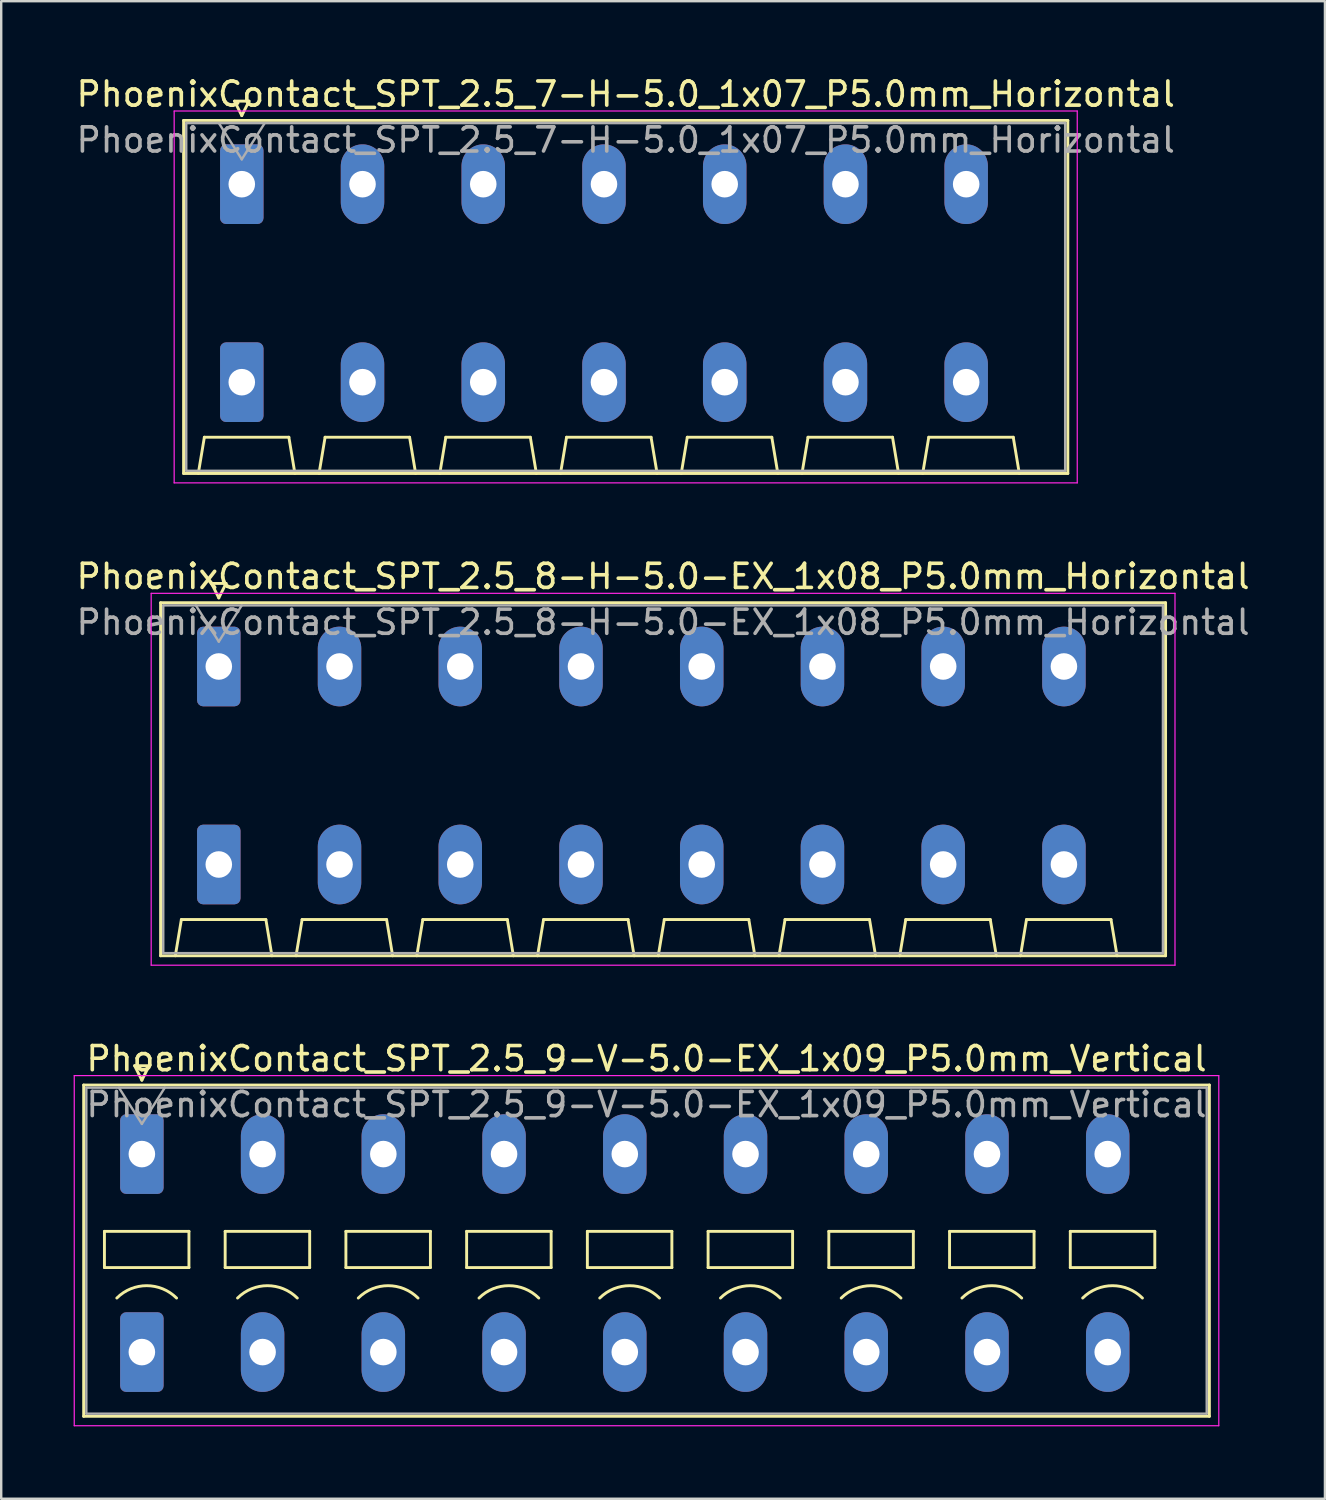
<source format=kicad_pcb>
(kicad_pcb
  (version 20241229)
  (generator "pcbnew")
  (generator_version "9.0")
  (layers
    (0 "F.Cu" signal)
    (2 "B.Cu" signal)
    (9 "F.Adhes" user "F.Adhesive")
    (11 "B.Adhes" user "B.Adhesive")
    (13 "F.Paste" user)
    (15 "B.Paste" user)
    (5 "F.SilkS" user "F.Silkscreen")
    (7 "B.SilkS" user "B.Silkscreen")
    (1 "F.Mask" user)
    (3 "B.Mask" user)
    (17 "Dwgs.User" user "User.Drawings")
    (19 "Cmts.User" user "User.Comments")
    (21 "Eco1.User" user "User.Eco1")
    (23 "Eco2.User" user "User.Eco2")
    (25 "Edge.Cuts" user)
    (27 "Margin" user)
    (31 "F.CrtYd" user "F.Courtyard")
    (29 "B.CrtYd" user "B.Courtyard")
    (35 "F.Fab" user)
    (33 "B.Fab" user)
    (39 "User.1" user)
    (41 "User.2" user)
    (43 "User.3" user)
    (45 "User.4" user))
  (footprint "PhoenixContact_SPT_2.5_8-H-5.0-EX_1x08_P5.0mm_Horizontal"
    (layer "F.Cu")
    (at 6.011 24.552)
    (property "Reference" "PhoenixContact_SPT_2.5_8-H-5.0-EX_1x08_P5.0mm_Horizontal" (at 18.4 -3.73 0) (layer "F.SilkS") (effects (font (size 1 1) (thickness 0.15))))
    (attr through_hole)
    (fp_line (start -2.41 -2.64) (end 39.21 -2.64) (stroke (width 0.12) (type solid)) (layer "F.SilkS"))
    (fp_line (start -2.41 11.98) (end -2.41 -2.64) (stroke (width 0.12) (type solid)) (layer "F.SilkS"))
    (fp_line (start -1.8 11.98) (end -1.55 10.48) (stroke (width 0.12) (type solid)) (layer "F.SilkS"))
    (fp_line (start -1.55 10.48) (end 1.95 10.48) (stroke (width 0.12) (type solid)) (layer "F.SilkS"))
    (fp_line (start -0.3 -3.44) (end 0 -2.84) (stroke (width 0.12) (type solid)) (layer "F.SilkS"))
    (fp_line (start -0.3 -3.44) (end 0.3 -3.44) (stroke (width 0.12) (type solid)) (layer "F.SilkS"))
    (fp_line (start 0.3 -3.44) (end 0 -2.84) (stroke (width 0.12) (type solid)) (layer "F.SilkS"))
    (fp_line (start 2.2 11.98) (end 1.95 10.48) (stroke (width 0.12) (type solid)) (layer "F.SilkS"))
    (fp_line (start 3.2 11.98) (end 3.45 10.48) (stroke (width 0.12) (type solid)) (layer "F.SilkS"))
    (fp_line (start 3.45 10.48) (end 6.95 10.48) (stroke (width 0.12) (type solid)) (layer "F.SilkS"))
    (fp_line (start 7.2 11.98) (end 6.95 10.48) (stroke (width 0.12) (type solid)) (layer "F.SilkS"))
    (fp_line (start 8.2 11.98) (end 8.45 10.48) (stroke (width 0.12) (type solid)) (layer "F.SilkS"))
    (fp_line (start 8.45 10.48) (end 11.95 10.48) (stroke (width 0.12) (type solid)) (layer "F.SilkS"))
    (fp_line (start 12.2 11.98) (end 11.95 10.48) (stroke (width 0.12) (type solid)) (layer "F.SilkS"))
    (fp_line (start 13.2 11.98) (end 13.45 10.48) (stroke (width 0.12) (type solid)) (layer "F.SilkS"))
    (fp_line (start 13.45 10.48) (end 16.95 10.48) (stroke (width 0.12) (type solid)) (layer "F.SilkS"))
    (fp_line (start 17.2 11.98) (end 16.95 10.48) (stroke (width 0.12) (type solid)) (layer "F.SilkS"))
    (fp_line (start 18.2 11.98) (end 18.45 10.48) (stroke (width 0.12) (type solid)) (layer "F.SilkS"))
    (fp_line (start 18.45 10.48) (end 21.95 10.48) (stroke (width 0.12) (type solid)) (layer "F.SilkS"))
    (fp_line (start 22.2 11.98) (end 21.95 10.48) (stroke (width 0.12) (type solid)) (layer "F.SilkS"))
    (fp_line (start 23.2 11.98) (end 23.45 10.48) (stroke (width 0.12) (type solid)) (layer "F.SilkS"))
    (fp_line (start 23.45 10.48) (end 26.95 10.48) (stroke (width 0.12) (type solid)) (layer "F.SilkS"))
    (fp_line (start 27.2 11.98) (end 26.95 10.48) (stroke (width 0.12) (type solid)) (layer "F.SilkS"))
    (fp_line (start 28.2 11.98) (end 28.45 10.48) (stroke (width 0.12) (type solid)) (layer "F.SilkS"))
    (fp_line (start 28.45 10.48) (end 31.95 10.48) (stroke (width 0.12) (type solid)) (layer "F.SilkS"))
    (fp_line (start 32.2 11.98) (end 31.95 10.48) (stroke (width 0.12) (type solid)) (layer "F.SilkS"))
    (fp_line (start 33.2 11.98) (end 33.45 10.48) (stroke (width 0.12) (type solid)) (layer "F.SilkS"))
    (fp_line (start 33.45 10.48) (end 36.95 10.48) (stroke (width 0.12) (type solid)) (layer "F.SilkS"))
    (fp_line (start 37.2 11.98) (end 36.95 10.48) (stroke (width 0.12) (type solid)) (layer "F.SilkS"))
    (fp_line (start 39.21 -2.64) (end 39.21 11.98) (stroke (width 0.12) (type solid)) (layer "F.SilkS"))
    (fp_line (start 39.21 11.98) (end -2.41 11.98) (stroke (width 0.12) (type solid)) (layer "F.SilkS"))
    (fp_line (start -2.8 -3.03) (end -2.8 12.37) (stroke (width 0.05) (type solid)) (layer "F.CrtYd"))
    (fp_line (start -2.8 12.37) (end 39.6 12.37) (stroke (width 0.05) (type solid)) (layer "F.CrtYd"))
    (fp_line (start 39.6 -3.03) (end -2.8 -3.03) (stroke (width 0.05) (type solid)) (layer "F.CrtYd"))
    (fp_line (start 39.6 12.37) (end 39.6 -3.03) (stroke (width 0.05) (type solid)) (layer "F.CrtYd"))
    (fp_line (start -2.3 -2.53) (end -2.3 11.87) (stroke (width 0.1) (type solid)) (layer "F.Fab"))
    (fp_line (start -2.3 11.87) (end 39.1 11.87) (stroke (width 0.1) (type solid)) (layer "F.Fab"))
    (fp_line (start -0.95 -2.53) (end 0 -1.03) (stroke (width 0.1) (type solid)) (layer "F.Fab"))
    (fp_line (start 0.95 -2.53) (end 0 -1.03) (stroke (width 0.1) (type solid)) (layer "F.Fab"))
    (fp_line (start 39.1 -2.53) (end -2.3 -2.53) (stroke (width 0.1) (type solid)) (layer "F.Fab"))
    (fp_line (start 39.1 11.87) (end 39.1 -2.53) (stroke (width 0.1) (type solid)) (layer "F.Fab"))
    (fp_text user "${REFERENCE}" (at 18.4 -1.83 0) (layer "F.Fab") (effects (font (size 1 1) (thickness 0.15))))
    (pad "1" thru_hole roundrect (at 0 0) (size 1.8 3.3) (drill 1.1) (layers "*.Cu" "*.Mask") (roundrect_rratio 0.139))
    (pad "1" thru_hole roundrect (at 0 8.2) (size 1.8 3.3) (drill 1.1) (layers "*.Cu" "*.Mask") (roundrect_rratio 0.139))
    (pad "2" thru_hole oval (at 5 0) (size 1.8 3.3) (drill 1.1) (layers "*.Cu" "*.Mask"))
    (pad "2" thru_hole oval (at 5 8.2) (size 1.8 3.3) (drill 1.1) (layers "*.Cu" "*.Mask"))
    (pad "3" thru_hole oval (at 10 0) (size 1.8 3.3) (drill 1.1) (layers "*.Cu" "*.Mask"))
    (pad "3" thru_hole oval (at 10 8.2) (size 1.8 3.3) (drill 1.1) (layers "*.Cu" "*.Mask"))
    (pad "4" thru_hole oval (at 15 0) (size 1.8 3.3) (drill 1.1) (layers "*.Cu" "*.Mask"))
    (pad "4" thru_hole oval (at 15 8.2) (size 1.8 3.3) (drill 1.1) (layers "*.Cu" "*.Mask"))
    (pad "5" thru_hole oval (at 20 0) (size 1.8 3.3) (drill 1.1) (layers "*.Cu" "*.Mask"))
    (pad "5" thru_hole oval (at 20 8.2) (size 1.8 3.3) (drill 1.1) (layers "*.Cu" "*.Mask"))
    (pad "6" thru_hole oval (at 25 0) (size 1.8 3.3) (drill 1.1) (layers "*.Cu" "*.Mask"))
    (pad "6" thru_hole oval (at 25 8.2) (size 1.8 3.3) (drill 1.1) (layers "*.Cu" "*.Mask"))
    (pad "7" thru_hole oval (at 30 0) (size 1.8 3.3) (drill 1.1) (layers "*.Cu" "*.Mask"))
    (pad "7" thru_hole oval (at 30 8.2) (size 1.8 3.3) (drill 1.1) (layers "*.Cu" "*.Mask"))
    (pad "8" thru_hole oval (at 35 0) (size 1.8 3.3) (drill 1.1) (layers "*.Cu" "*.Mask"))
    (pad "8" thru_hole oval (at 35 8.2) (size 1.8 3.3) (drill 1.1) (layers "*.Cu" "*.Mask")))
  (footprint "PhoenixContact_SPT_2.5_7-H-5.0_1x07_P5.0mm_Horizontal"
    (layer "F.Cu")
    (at 6.963 4.578)
    (property "Reference" "PhoenixContact_SPT_2.5_7-H-5.0_1x07_P5.0mm_Horizontal" (at 15.9 -3.73 0) (layer "F.SilkS") (effects (font (size 1 1) (thickness 0.15))))
    (attr through_hole)
    (fp_line (start -2.41 -2.64) (end 34.21 -2.64) (stroke (width 0.12) (type solid)) (layer "F.SilkS"))
    (fp_line (start -2.41 11.98) (end -2.41 -2.64) (stroke (width 0.12) (type solid)) (layer "F.SilkS"))
    (fp_line (start -1.8 11.98) (end -1.55 10.48) (stroke (width 0.12) (type solid)) (layer "F.SilkS"))
    (fp_line (start -1.55 10.48) (end 1.95 10.48) (stroke (width 0.12) (type solid)) (layer "F.SilkS"))
    (fp_line (start -0.3 -3.44) (end 0 -2.84) (stroke (width 0.12) (type solid)) (layer "F.SilkS"))
    (fp_line (start -0.3 -3.44) (end 0.3 -3.44) (stroke (width 0.12) (type solid)) (layer "F.SilkS"))
    (fp_line (start 0.3 -3.44) (end 0 -2.84) (stroke (width 0.12) (type solid)) (layer "F.SilkS"))
    (fp_line (start 2.2 11.98) (end 1.95 10.48) (stroke (width 0.12) (type solid)) (layer "F.SilkS"))
    (fp_line (start 3.2 11.98) (end 3.45 10.48) (stroke (width 0.12) (type solid)) (layer "F.SilkS"))
    (fp_line (start 3.45 10.48) (end 6.95 10.48) (stroke (width 0.12) (type solid)) (layer "F.SilkS"))
    (fp_line (start 7.2 11.98) (end 6.95 10.48) (stroke (width 0.12) (type solid)) (layer "F.SilkS"))
    (fp_line (start 8.2 11.98) (end 8.45 10.48) (stroke (width 0.12) (type solid)) (layer "F.SilkS"))
    (fp_line (start 8.45 10.48) (end 11.95 10.48) (stroke (width 0.12) (type solid)) (layer "F.SilkS"))
    (fp_line (start 12.2 11.98) (end 11.95 10.48) (stroke (width 0.12) (type solid)) (layer "F.SilkS"))
    (fp_line (start 13.2 11.98) (end 13.45 10.48) (stroke (width 0.12) (type solid)) (layer "F.SilkS"))
    (fp_line (start 13.45 10.48) (end 16.95 10.48) (stroke (width 0.12) (type solid)) (layer "F.SilkS"))
    (fp_line (start 17.2 11.98) (end 16.95 10.48) (stroke (width 0.12) (type solid)) (layer "F.SilkS"))
    (fp_line (start 18.2 11.98) (end 18.45 10.48) (stroke (width 0.12) (type solid)) (layer "F.SilkS"))
    (fp_line (start 18.45 10.48) (end 21.95 10.48) (stroke (width 0.12) (type solid)) (layer "F.SilkS"))
    (fp_line (start 22.2 11.98) (end 21.95 10.48) (stroke (width 0.12) (type solid)) (layer "F.SilkS"))
    (fp_line (start 23.2 11.98) (end 23.45 10.48) (stroke (width 0.12) (type solid)) (layer "F.SilkS"))
    (fp_line (start 23.45 10.48) (end 26.95 10.48) (stroke (width 0.12) (type solid)) (layer "F.SilkS"))
    (fp_line (start 27.2 11.98) (end 26.95 10.48) (stroke (width 0.12) (type solid)) (layer "F.SilkS"))
    (fp_line (start 28.2 11.98) (end 28.45 10.48) (stroke (width 0.12) (type solid)) (layer "F.SilkS"))
    (fp_line (start 28.45 10.48) (end 31.95 10.48) (stroke (width 0.12) (type solid)) (layer "F.SilkS"))
    (fp_line (start 32.2 11.98) (end 31.95 10.48) (stroke (width 0.12) (type solid)) (layer "F.SilkS"))
    (fp_line (start 34.21 -2.64) (end 34.21 11.98) (stroke (width 0.12) (type solid)) (layer "F.SilkS"))
    (fp_line (start 34.21 11.98) (end -2.41 11.98) (stroke (width 0.12) (type solid)) (layer "F.SilkS"))
    (fp_line (start -2.8 -3.03) (end -2.8 12.37) (stroke (width 0.05) (type solid)) (layer "F.CrtYd"))
    (fp_line (start -2.8 12.37) (end 34.6 12.37) (stroke (width 0.05) (type solid)) (layer "F.CrtYd"))
    (fp_line (start 34.6 -3.03) (end -2.8 -3.03) (stroke (width 0.05) (type solid)) (layer "F.CrtYd"))
    (fp_line (start 34.6 12.37) (end 34.6 -3.03) (stroke (width 0.05) (type solid)) (layer "F.CrtYd"))
    (fp_line (start -2.3 -2.53) (end -2.3 11.87) (stroke (width 0.1) (type solid)) (layer "F.Fab"))
    (fp_line (start -2.3 11.87) (end 34.1 11.87) (stroke (width 0.1) (type solid)) (layer "F.Fab"))
    (fp_line (start -0.95 -2.53) (end 0 -1.03) (stroke (width 0.1) (type solid)) (layer "F.Fab"))
    (fp_line (start 0.95 -2.53) (end 0 -1.03) (stroke (width 0.1) (type solid)) (layer "F.Fab"))
    (fp_line (start 34.1 -2.53) (end -2.3 -2.53) (stroke (width 0.1) (type solid)) (layer "F.Fab"))
    (fp_line (start 34.1 11.87) (end 34.1 -2.53) (stroke (width 0.1) (type solid)) (layer "F.Fab"))
    (fp_text user "${REFERENCE}" (at 15.9 -1.83 0) (layer "F.Fab") (effects (font (size 1 1) (thickness 0.15))))
    (pad "1" thru_hole roundrect (at 0 0) (size 1.8 3.3) (drill 1.1) (layers "*.Cu" "*.Mask") (roundrect_rratio 0.139))
    (pad "1" thru_hole roundrect (at 0 8.2) (size 1.8 3.3) (drill 1.1) (layers "*.Cu" "*.Mask") (roundrect_rratio 0.139))
    (pad "2" thru_hole oval (at 5 0) (size 1.8 3.3) (drill 1.1) (layers "*.Cu" "*.Mask"))
    (pad "2" thru_hole oval (at 5 8.2) (size 1.8 3.3) (drill 1.1) (layers "*.Cu" "*.Mask"))
    (pad "3" thru_hole oval (at 10 0) (size 1.8 3.3) (drill 1.1) (layers "*.Cu" "*.Mask"))
    (pad "3" thru_hole oval (at 10 8.2) (size 1.8 3.3) (drill 1.1) (layers "*.Cu" "*.Mask"))
    (pad "4" thru_hole oval (at 15 0) (size 1.8 3.3) (drill 1.1) (layers "*.Cu" "*.Mask"))
    (pad "4" thru_hole oval (at 15 8.2) (size 1.8 3.3) (drill 1.1) (layers "*.Cu" "*.Mask"))
    (pad "5" thru_hole oval (at 20 0) (size 1.8 3.3) (drill 1.1) (layers "*.Cu" "*.Mask"))
    (pad "5" thru_hole oval (at 20 8.2) (size 1.8 3.3) (drill 1.1) (layers "*.Cu" "*.Mask"))
    (pad "6" thru_hole oval (at 25 0) (size 1.8 3.3) (drill 1.1) (layers "*.Cu" "*.Mask"))
    (pad "6" thru_hole oval (at 25 8.2) (size 1.8 3.3) (drill 1.1) (layers "*.Cu" "*.Mask"))
    (pad "7" thru_hole oval (at 30 0) (size 1.8 3.3) (drill 1.1) (layers "*.Cu" "*.Mask"))
    (pad "7" thru_hole oval (at 30 8.2) (size 1.8 3.3) (drill 1.1) (layers "*.Cu" "*.Mask")))
  (footprint "PhoenixContact_SPT_2.5_9-V-5.0-EX_1x09_P5.0mm_Vertical"
    (layer "F.Cu")
    (at 2.825 44.745)
    (property "Reference" "PhoenixContact_SPT_2.5_9-V-5.0-EX_1x09_P5.0mm_Vertical" (at 20.9 -3.95 0) (layer "F.SilkS") (effects (font (size 1 1) (thickness 0.15))))
    (attr through_hole)
    (fp_line (start -2.41 -2.86) (end 44.21 -2.86) (stroke (width 0.12) (type solid)) (layer "F.SilkS"))
    (fp_line (start -2.41 10.86) (end -2.41 -2.86) (stroke (width 0.12) (type solid)) (layer "F.SilkS"))
    (fp_line (start -1.55 3.2) (end -1.55 4.7) (stroke (width 0.12) (type solid)) (layer "F.SilkS"))
    (fp_line (start -1.55 4.7) (end 1.95 4.7) (stroke (width 0.12) (type solid)) (layer "F.SilkS"))
    (fp_line (start -0.3 -3.66) (end 0 -3.06) (stroke (width 0.12) (type solid)) (layer "F.SilkS"))
    (fp_line (start -0.3 -3.66) (end 0.3 -3.66) (stroke (width 0.12) (type solid)) (layer "F.SilkS"))
    (fp_line (start 0.3 -3.66) (end 0 -3.06) (stroke (width 0.12) (type solid)) (layer "F.SilkS"))
    (fp_line (start 1.95 3.2) (end -1.55 3.2) (stroke (width 0.12) (type solid)) (layer "F.SilkS"))
    (fp_line (start 1.95 4.7) (end 1.95 3.2) (stroke (width 0.12) (type solid)) (layer "F.SilkS"))
    (fp_line (start 3.45 3.2) (end 3.45 4.7) (stroke (width 0.12) (type solid)) (layer "F.SilkS"))
    (fp_line (start 3.45 4.7) (end 6.95 4.7) (stroke (width 0.12) (type solid)) (layer "F.SilkS"))
    (fp_line (start 6.95 3.2) (end 3.45 3.2) (stroke (width 0.12) (type solid)) (layer "F.SilkS"))
    (fp_line (start 6.95 4.7) (end 6.95 3.2) (stroke (width 0.12) (type solid)) (layer "F.SilkS"))
    (fp_line (start 8.45 3.2) (end 8.45 4.7) (stroke (width 0.12) (type solid)) (layer "F.SilkS"))
    (fp_line (start 8.45 4.7) (end 11.95 4.7) (stroke (width 0.12) (type solid)) (layer "F.SilkS"))
    (fp_line (start 11.95 3.2) (end 8.45 3.2) (stroke (width 0.12) (type solid)) (layer "F.SilkS"))
    (fp_line (start 11.95 4.7) (end 11.95 3.2) (stroke (width 0.12) (type solid)) (layer "F.SilkS"))
    (fp_line (start 13.45 3.2) (end 13.45 4.7) (stroke (width 0.12) (type solid)) (layer "F.SilkS"))
    (fp_line (start 13.45 4.7) (end 16.95 4.7) (stroke (width 0.12) (type solid)) (layer "F.SilkS"))
    (fp_line (start 16.95 3.2) (end 13.45 3.2) (stroke (width 0.12) (type solid)) (layer "F.SilkS"))
    (fp_line (start 16.95 4.7) (end 16.95 3.2) (stroke (width 0.12) (type solid)) (layer "F.SilkS"))
    (fp_line (start 18.45 3.2) (end 18.45 4.7) (stroke (width 0.12) (type solid)) (layer "F.SilkS"))
    (fp_line (start 18.45 4.7) (end 21.95 4.7) (stroke (width 0.12) (type solid)) (layer "F.SilkS"))
    (fp_line (start 21.95 3.2) (end 18.45 3.2) (stroke (width 0.12) (type solid)) (layer "F.SilkS"))
    (fp_line (start 21.95 4.7) (end 21.95 3.2) (stroke (width 0.12) (type solid)) (layer "F.SilkS"))
    (fp_line (start 23.45 3.2) (end 23.45 4.7) (stroke (width 0.12) (type solid)) (layer "F.SilkS"))
    (fp_line (start 23.45 4.7) (end 26.95 4.7) (stroke (width 0.12) (type solid)) (layer "F.SilkS"))
    (fp_line (start 26.95 3.2) (end 23.45 3.2) (stroke (width 0.12) (type solid)) (layer "F.SilkS"))
    (fp_line (start 26.95 4.7) (end 26.95 3.2) (stroke (width 0.12) (type solid)) (layer "F.SilkS"))
    (fp_line (start 28.45 3.2) (end 28.45 4.7) (stroke (width 0.12) (type solid)) (layer "F.SilkS"))
    (fp_line (start 28.45 4.7) (end 31.95 4.7) (stroke (width 0.12) (type solid)) (layer "F.SilkS"))
    (fp_line (start 31.95 3.2) (end 28.45 3.2) (stroke (width 0.12) (type solid)) (layer "F.SilkS"))
    (fp_line (start 31.95 4.7) (end 31.95 3.2) (stroke (width 0.12) (type solid)) (layer "F.SilkS"))
    (fp_line (start 33.45 3.2) (end 33.45 4.7) (stroke (width 0.12) (type solid)) (layer "F.SilkS"))
    (fp_line (start 33.45 4.7) (end 36.95 4.7) (stroke (width 0.12) (type solid)) (layer "F.SilkS"))
    (fp_line (start 36.95 3.2) (end 33.45 3.2) (stroke (width 0.12) (type solid)) (layer "F.SilkS"))
    (fp_line (start 36.95 4.7) (end 36.95 3.2) (stroke (width 0.12) (type solid)) (layer "F.SilkS"))
    (fp_line (start 38.45 3.2) (end 38.45 4.7) (stroke (width 0.12) (type solid)) (layer "F.SilkS"))
    (fp_line (start 38.45 4.7) (end 41.95 4.7) (stroke (width 0.12) (type solid)) (layer "F.SilkS"))
    (fp_line (start 41.95 3.2) (end 38.45 3.2) (stroke (width 0.12) (type solid)) (layer "F.SilkS"))
    (fp_line (start 41.95 4.7) (end 41.95 3.2) (stroke (width 0.12) (type solid)) (layer "F.SilkS"))
    (fp_line (start 44.21 -2.86) (end 44.21 10.86) (stroke (width 0.12) (type solid)) (layer "F.SilkS"))
    (fp_line (start 44.21 10.86) (end -2.41 10.86) (stroke (width 0.12) (type solid)) (layer "F.SilkS"))
    (fp_arc (start -1.037437 5.962563) (mid 0.2 5.45) (end 1.437437 5.962563) (stroke (width 0.12) (type solid)) (layer "F.SilkS"))
    (fp_arc (start 3.962563 5.962563) (mid 5.2 5.45) (end 6.437437 5.962563) (stroke (width 0.12) (type solid)) (layer "F.SilkS"))
    (fp_arc (start 8.962563 5.962563) (mid 10.2 5.45) (end 11.437437 5.962563) (stroke (width 0.12) (type solid)) (layer "F.SilkS"))
    (fp_arc (start 13.962563 5.962563) (mid 15.2 5.45) (end 16.437437 5.962563) (stroke (width 0.12) (type solid)) (layer "F.SilkS"))
    (fp_arc (start 18.962563 5.962563) (mid 20.2 5.45) (end 21.437437 5.962563) (stroke (width 0.12) (type solid)) (layer "F.SilkS"))
    (fp_arc (start 23.962563 5.962563) (mid 25.2 5.45) (end 26.437437 5.962563) (stroke (width 0.12) (type solid)) (layer "F.SilkS"))
    (fp_arc (start 28.962563 5.962563) (mid 30.2 5.45) (end 31.437437 5.962563) (stroke (width 0.12) (type solid)) (layer "F.SilkS"))
    (fp_arc (start 33.962563 5.962563) (mid 35.2 5.45) (end 36.437437 5.962563) (stroke (width 0.12) (type solid)) (layer "F.SilkS"))
    (fp_arc (start 38.962563 5.962563) (mid 40.2 5.45) (end 41.437437 5.962563) (stroke (width 0.12) (type solid)) (layer "F.SilkS"))
    (fp_line (start -2.8 -3.25) (end -2.8 11.25) (stroke (width 0.05) (type solid)) (layer "F.CrtYd"))
    (fp_line (start -2.8 11.25) (end 44.6 11.25) (stroke (width 0.05) (type solid)) (layer "F.CrtYd"))
    (fp_line (start 44.6 -3.25) (end -2.8 -3.25) (stroke (width 0.05) (type solid)) (layer "F.CrtYd"))
    (fp_line (start 44.6 11.25) (end 44.6 -3.25) (stroke (width 0.05) (type solid)) (layer "F.CrtYd"))
    (fp_line (start -2.3 -2.75) (end -2.3 10.75) (stroke (width 0.1) (type solid)) (layer "F.Fab"))
    (fp_line (start -2.3 10.75) (end 44.1 10.75) (stroke (width 0.1) (type solid)) (layer "F.Fab"))
    (fp_line (start -0.95 -2.75) (end 0 -1.25) (stroke (width 0.1) (type solid)) (layer "F.Fab"))
    (fp_line (start 0.95 -2.75) (end 0 -1.25) (stroke (width 0.1) (type solid)) (layer "F.Fab"))
    (fp_line (start 44.1 -2.75) (end -2.3 -2.75) (stroke (width 0.1) (type solid)) (layer "F.Fab"))
    (fp_line (start 44.1 10.75) (end 44.1 -2.75) (stroke (width 0.1) (type solid)) (layer "F.Fab"))
    (fp_text user "${REFERENCE}" (at 20.9 -2.05 0) (layer "F.Fab") (effects (font (size 1 1) (thickness 0.15))))
    (pad "1" thru_hole roundrect (at 0 0) (size 1.8 3.3) (drill 1.1) (layers "*.Cu" "*.Mask") (roundrect_rratio 0.139))
    (pad "1" thru_hole roundrect (at 0 8.2) (size 1.8 3.3) (drill 1.1) (layers "*.Cu" "*.Mask") (roundrect_rratio 0.139))
    (pad "2" thru_hole oval (at 5 0) (size 1.8 3.3) (drill 1.1) (layers "*.Cu" "*.Mask"))
    (pad "2" thru_hole oval (at 5 8.2) (size 1.8 3.3) (drill 1.1) (layers "*.Cu" "*.Mask"))
    (pad "3" thru_hole oval (at 10 0) (size 1.8 3.3) (drill 1.1) (layers "*.Cu" "*.Mask"))
    (pad "3" thru_hole oval (at 10 8.2) (size 1.8 3.3) (drill 1.1) (layers "*.Cu" "*.Mask"))
    (pad "4" thru_hole oval (at 15 0) (size 1.8 3.3) (drill 1.1) (layers "*.Cu" "*.Mask"))
    (pad "4" thru_hole oval (at 15 8.2) (size 1.8 3.3) (drill 1.1) (layers "*.Cu" "*.Mask"))
    (pad "5" thru_hole oval (at 20 0) (size 1.8 3.3) (drill 1.1) (layers "*.Cu" "*.Mask"))
    (pad "5" thru_hole oval (at 20 8.2) (size 1.8 3.3) (drill 1.1) (layers "*.Cu" "*.Mask"))
    (pad "6" thru_hole oval (at 25 0) (size 1.8 3.3) (drill 1.1) (layers "*.Cu" "*.Mask"))
    (pad "6" thru_hole oval (at 25 8.2) (size 1.8 3.3) (drill 1.1) (layers "*.Cu" "*.Mask"))
    (pad "7" thru_hole oval (at 30 0) (size 1.8 3.3) (drill 1.1) (layers "*.Cu" "*.Mask"))
    (pad "7" thru_hole oval (at 30 8.2) (size 1.8 3.3) (drill 1.1) (layers "*.Cu" "*.Mask"))
    (pad "8" thru_hole oval (at 35 0) (size 1.8 3.3) (drill 1.1) (layers "*.Cu" "*.Mask"))
    (pad "8" thru_hole oval (at 35 8.2) (size 1.8 3.3) (drill 1.1) (layers "*.Cu" "*.Mask"))
    (pad "9" thru_hole oval (at 40 0) (size 1.8 3.3) (drill 1.1) (layers "*.Cu" "*.Mask"))
    (pad "9" thru_hole oval (at 40 8.2) (size 1.8 3.3) (drill 1.1) (layers "*.Cu" "*.Mask")))
  (gr_rect
    (start -3 -3)
    (end 51.821 59.02)
    (stroke (width 0.1) (type default))
    (fill no)
    (layer "Edge.Cuts")))
</source>
